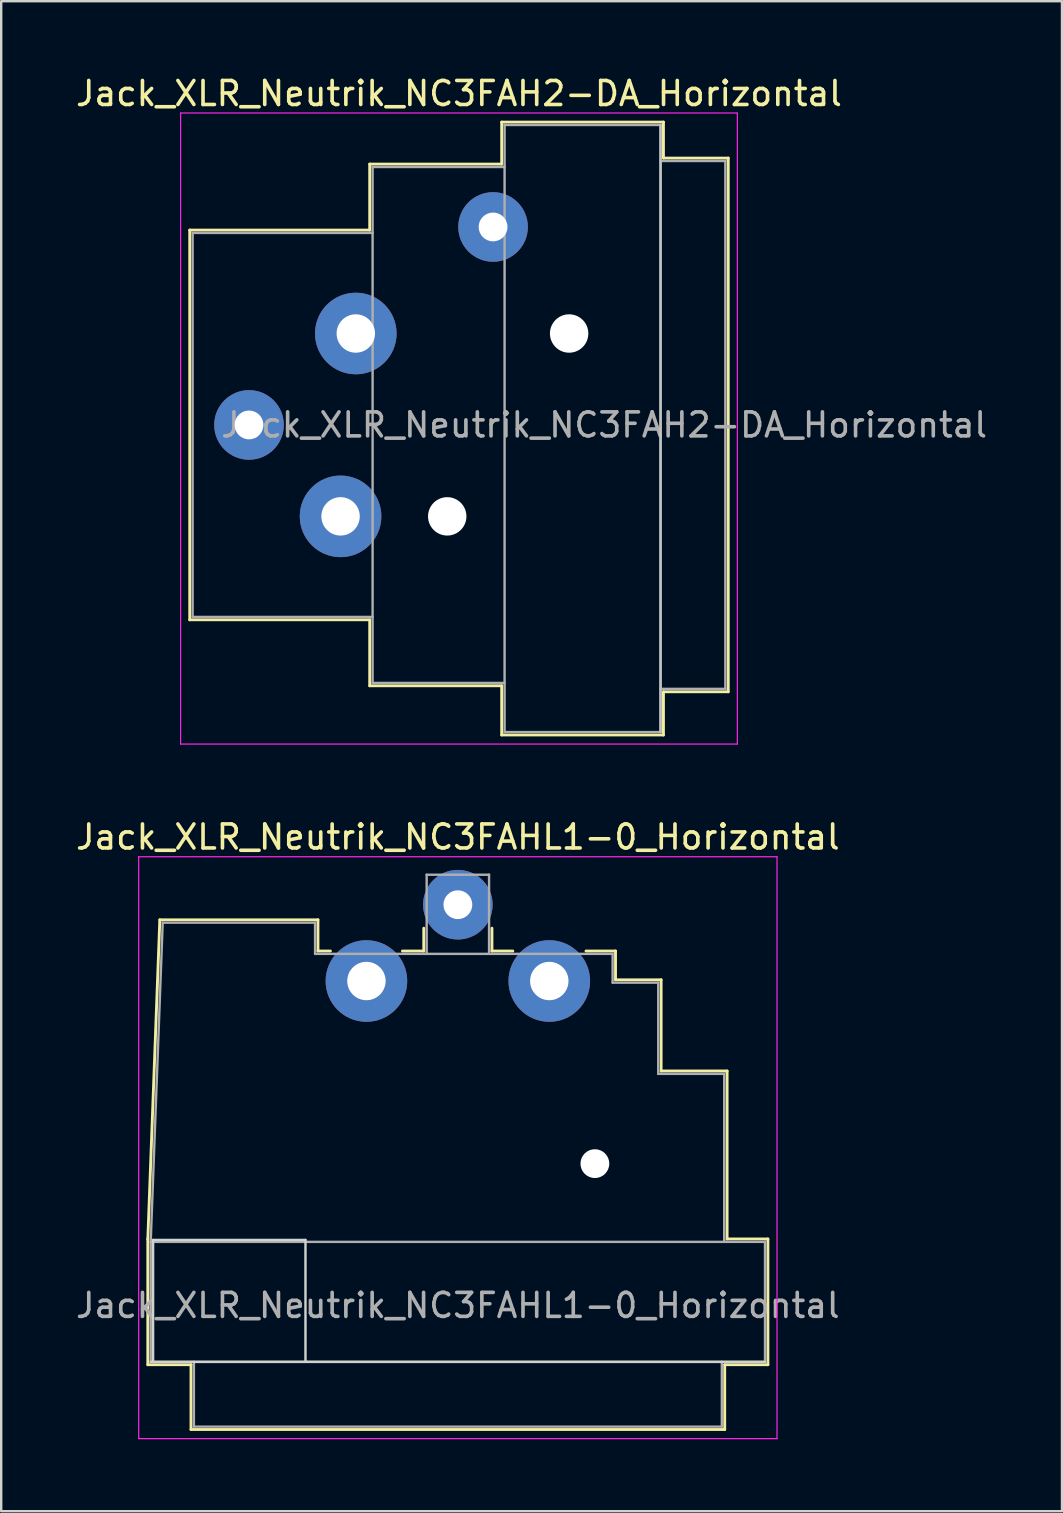
<source format=kicad_pcb>
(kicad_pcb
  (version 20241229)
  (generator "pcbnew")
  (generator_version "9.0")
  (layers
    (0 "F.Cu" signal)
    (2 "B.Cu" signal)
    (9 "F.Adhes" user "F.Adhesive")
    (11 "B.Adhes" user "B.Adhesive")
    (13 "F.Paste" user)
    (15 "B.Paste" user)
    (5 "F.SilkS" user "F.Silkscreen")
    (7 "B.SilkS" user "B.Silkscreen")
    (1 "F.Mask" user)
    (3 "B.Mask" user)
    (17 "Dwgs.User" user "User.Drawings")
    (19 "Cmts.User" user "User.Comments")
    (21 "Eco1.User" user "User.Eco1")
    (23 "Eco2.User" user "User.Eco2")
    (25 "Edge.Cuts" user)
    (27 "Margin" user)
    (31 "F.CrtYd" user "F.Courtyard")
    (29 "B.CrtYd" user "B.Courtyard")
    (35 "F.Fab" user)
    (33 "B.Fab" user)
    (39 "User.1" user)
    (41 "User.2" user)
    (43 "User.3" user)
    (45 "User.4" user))
  (footprint "Jack_XLR_Neutrik_NC3FAH2-DA_Horizontal"
    (layer "F.Cu")
    (at 11.777 10.848)
    (property "Reference" "Jack_XLR_Neutrik_NC3FAH2-DA_Horizontal" (at 4.3 -10 0) (layer "F.SilkS") (effects (font (size 1 1) (thickness 0.15))))
    (attr through_hole)
    (fp_line (start -6.92 -4.31) (end -6.92 11.93) (stroke (width 0.12) (type solid)) (layer "F.SilkS"))
    (fp_line (start 0.58 -7.06) (end 0.58 -4.31) (stroke (width 0.12) (type solid)) (layer "F.SilkS"))
    (fp_line (start 0.58 -4.31) (end -6.92 -4.31) (stroke (width 0.12) (type solid)) (layer "F.SilkS"))
    (fp_line (start 0.58 11.93) (end -6.92 11.93) (stroke (width 0.12) (type solid)) (layer "F.SilkS"))
    (fp_line (start 0.58 11.93) (end 0.58 14.68) (stroke (width 0.12) (type solid)) (layer "F.SilkS"))
    (fp_line (start 6.08 -7.06) (end 0.58 -7.06) (stroke (width 0.12) (type solid)) (layer "F.SilkS"))
    (fp_line (start 6.08 -7.06) (end 6.08 -8.81) (stroke (width 0.12) (type solid)) (layer "F.SilkS"))
    (fp_line (start 6.08 14.68) (end 0.58 14.68) (stroke (width 0.12) (type solid)) (layer "F.SilkS"))
    (fp_line (start 6.08 16.73) (end 6.08 14.68) (stroke (width 0.12) (type solid)) (layer "F.SilkS"))
    (fp_line (start 12.82 -8.81) (end 6.08 -8.81) (stroke (width 0.12) (type solid)) (layer "F.SilkS"))
    (fp_line (start 12.82 -8.81) (end 12.82 -7.31) (stroke (width 0.12) (type solid)) (layer "F.SilkS"))
    (fp_line (start 12.82 -7.31) (end 15.52 -7.31) (stroke (width 0.12) (type solid)) (layer "F.SilkS"))
    (fp_line (start 12.82 14.93) (end 12.82 16.73) (stroke (width 0.12) (type solid)) (layer "F.SilkS"))
    (fp_line (start 12.82 14.93) (end 15.52 14.93) (stroke (width 0.12) (type solid)) (layer "F.SilkS"))
    (fp_line (start 12.82 16.73) (end 6.08 16.73) (stroke (width 0.12) (type solid)) (layer "F.SilkS"))
    (fp_line (start 15.52 -7.31) (end 15.52 14.93) (stroke (width 0.12) (type solid)) (layer "F.SilkS"))
    (fp_line (start 12.7 -8.69) (end 12.7 16.61) (stroke (width 0.1) (type solid)) (layer "Dwgs.User"))
    (fp_line (start -7.3 -9.19) (end -7.3 17.11) (stroke (width 0.05) (type solid)) (layer "F.CrtYd"))
    (fp_line (start 15.9 -9.19) (end -7.3 -9.19) (stroke (width 0.05) (type solid)) (layer "F.CrtYd"))
    (fp_line (start 15.9 -9.19) (end 15.9 17.11) (stroke (width 0.05) (type solid)) (layer "F.CrtYd"))
    (fp_line (start 15.9 17.11) (end -7.3 17.11) (stroke (width 0.05) (type solid)) (layer "F.CrtYd"))
    (fp_line (start -6.8 -4.19) (end -6.8 11.81) (stroke (width 0.1) (type solid)) (layer "F.Fab"))
    (fp_line (start -6.8 11.81) (end 0.7 11.81) (stroke (width 0.1) (type solid)) (layer "F.Fab"))
    (fp_line (start 0.7 -6.94) (end 0.7 14.56) (stroke (width 0.1) (type solid)) (layer "F.Fab"))
    (fp_line (start 0.7 -4.19) (end -6.8 -4.19) (stroke (width 0.1) (type solid)) (layer "F.Fab"))
    (fp_line (start 0.7 14.56) (end 6.2 14.56) (stroke (width 0.1) (type solid)) (layer "F.Fab"))
    (fp_line (start 6.2 -8.69) (end 12.7 -8.69) (stroke (width 0.1) (type solid)) (layer "F.Fab"))
    (fp_line (start 6.2 -6.94) (end 0.7 -6.94) (stroke (width 0.1) (type solid)) (layer "F.Fab"))
    (fp_line (start 6.2 16.61) (end 6.2 -8.69) (stroke (width 0.1) (type solid)) (layer "F.Fab"))
    (fp_line (start 12.7 -8.69) (end 12.7 16.61) (stroke (width 0.1) (type solid)) (layer "F.Fab"))
    (fp_line (start 12.7 -7.19) (end 15.4 -7.19) (stroke (width 0.1) (type solid)) (layer "F.Fab"))
    (fp_line (start 12.7 16.61) (end 6.2 16.61) (stroke (width 0.1) (type solid)) (layer "F.Fab"))
    (fp_line (start 15.4 -7.19) (end 15.4 14.81) (stroke (width 0.1) (type solid)) (layer "F.Fab"))
    (fp_line (start 15.4 14.81) (end 12.7 14.81) (stroke (width 0.1) (type solid)) (layer "F.Fab"))
    (fp_text user "${REFERENCE}" (at 10.35 3.81 0) (layer "F.Fab") (effects (font (size 1 1) (thickness 0.15))))
    (pad "" np_thru_hole circle (at 3.81 7.62) (size 1.6 1.6) (drill 1.6) (layers "*.Cu" "*.Mask"))
    (pad "" np_thru_hole circle (at 8.89 0) (size 1.6 1.6) (drill 1.6) (layers "*.Cu" "*.Mask"))
    (pad "1" thru_hole circle (at 0 0) (size 3.4 3.4) (drill 1.6) (layers "*.Cu" "*.Mask"))
    (pad "2" thru_hole circle (at -0.635 7.62) (size 3.4 3.4) (drill 1.6) (layers "*.Cu" "*.Mask"))
    (pad "3" thru_hole circle (at -4.45 3.81) (size 2.9 2.9) (drill 1.2) (layers "*.Cu" "*.Mask"))
    (pad "G" thru_hole circle (at 5.72 -4.44) (size 2.9 2.9) (drill 1.2) (layers "*.Cu" "*.Mask")))
  (footprint "Jack_XLR_Neutrik_NC3FAHL1-0_Horizontal"
    (layer "F.Cu")
    (at 12.22 37.831)
    (property "Reference" "Jack_XLR_Neutrik_NC3FAHL1-0_Horizontal" (at 3.81 -6 0) (layer "F.SilkS") (effects (font (size 1 1) (thickness 0.15))))
    (attr through_hole)
    (fp_line (start -9.11 10.75) (end -8.61 -2.55) (stroke (width 0.12) (type solid)) (layer "F.SilkS"))
    (fp_line (start -9.11 15.99) (end -9.11 10.75) (stroke (width 0.12) (type solid)) (layer "F.SilkS"))
    (fp_line (start -8.61 -2.55) (end -2.02 -2.55) (stroke (width 0.12) (type solid)) (layer "F.SilkS"))
    (fp_line (start -7.31 15.99) (end -9.11 15.99) (stroke (width 0.12) (type solid)) (layer "F.SilkS"))
    (fp_line (start -7.31 15.99) (end -7.31 18.69) (stroke (width 0.12) (type solid)) (layer "F.SilkS"))
    (fp_line (start -2.02 -2.55) (end -2.02 -1.25) (stroke (width 0.12) (type solid)) (layer "F.SilkS"))
    (fp_line (start -2.02 -1.25) (end -1.5 -1.25) (stroke (width 0.12) (type solid)) (layer "F.SilkS"))
    (fp_line (start 1.5 -1.25) (end 2.39 -1.25) (stroke (width 0.12) (type solid)) (layer "F.SilkS"))
    (fp_line (start 2.39 -1.25) (end 2.39 -2.2) (stroke (width 0.12) (type solid)) (layer "F.SilkS"))
    (fp_line (start 5.23 -1.25) (end 5.23 -2.2) (stroke (width 0.12) (type solid)) (layer "F.SilkS"))
    (fp_line (start 5.23 -1.25) (end 6.1 -1.25) (stroke (width 0.12) (type solid)) (layer "F.SilkS"))
    (fp_line (start 9.15 -1.25) (end 10.38 -1.25) (stroke (width 0.12) (type solid)) (layer "F.SilkS"))
    (fp_line (start 10.38 -0.05) (end 10.38 -1.25) (stroke (width 0.12) (type solid)) (layer "F.SilkS"))
    (fp_line (start 10.38 -0.05) (end 12.28 -0.05) (stroke (width 0.12) (type solid)) (layer "F.SilkS"))
    (fp_line (start 12.28 3.75) (end 12.28 -0.05) (stroke (width 0.12) (type solid)) (layer "F.SilkS"))
    (fp_line (start 12.28 3.75) (end 15.03 3.75) (stroke (width 0.12) (type solid)) (layer "F.SilkS"))
    (fp_line (start 14.93 15.99) (end 14.93 18.69) (stroke (width 0.12) (type solid)) (layer "F.SilkS"))
    (fp_line (start 14.93 18.69) (end -7.31 18.69) (stroke (width 0.12) (type solid)) (layer "F.SilkS"))
    (fp_line (start 15.03 10.75) (end 15.03 3.75) (stroke (width 0.12) (type solid)) (layer "F.SilkS"))
    (fp_line (start 15.03 10.75) (end 16.73 10.75) (stroke (width 0.12) (type solid)) (layer "F.SilkS"))
    (fp_line (start 16.73 15.99) (end 14.93 15.99) (stroke (width 0.12) (type solid)) (layer "F.SilkS"))
    (fp_line (start 16.73 15.99) (end 16.73 10.75) (stroke (width 0.12) (type solid)) (layer "F.SilkS"))
    (fp_line (start -8.89 10.79) (end -8.89 15.87) (stroke (width 0.1) (type solid)) (layer "Edge.Cuts"))
    (fp_line (start -2.54 10.79) (end -8.89 10.79) (stroke (width 0.1) (type solid)) (layer "Edge.Cuts"))
    (fp_line (start -2.54 15.87) (end -2.54 10.79) (stroke (width 0.1) (type solid)) (layer "Edge.Cuts"))
    (fp_line (start 16.61 15.87) (end -8.99 15.87) (stroke (width 0.1) (type solid)) (layer "Edge.Cuts"))
    (fp_line (start -9.49 19.07) (end -9.49 -5.18) (stroke (width 0.05) (type solid)) (layer "F.CrtYd"))
    (fp_line (start 17.11 -5.18) (end -9.49 -5.18) (stroke (width 0.05) (type solid)) (layer "F.CrtYd"))
    (fp_line (start 17.11 19.07) (end -9.49 19.07) (stroke (width 0.05) (type solid)) (layer "F.CrtYd"))
    (fp_line (start 17.11 19.07) (end 17.11 -5.18) (stroke (width 0.05) (type solid)) (layer "F.CrtYd"))
    (fp_line (start -8.99 10.87) (end 16.61 10.87) (stroke (width 0.1) (type solid)) (layer "F.Fab"))
    (fp_line (start -8.99 15.87) (end -8.99 10.87) (stroke (width 0.1) (type solid)) (layer "F.Fab"))
    (fp_line (start -8.49 -2.43) (end -8.99 10.87) (stroke (width 0.1) (type solid)) (layer "F.Fab"))
    (fp_line (start -8.49 -2.43) (end -2.14 -2.43) (stroke (width 0.1) (type solid)) (layer "F.Fab"))
    (fp_line (start -7.19 18.57) (end -7.19 15.87) (stroke (width 0.1) (type solid)) (layer "F.Fab"))
    (fp_line (start -2.14 -1.13) (end -2.14 -2.43) (stroke (width 0.1) (type solid)) (layer "F.Fab"))
    (fp_line (start -2.14 -1.13) (end 10.26 -1.13) (stroke (width 0.1) (type solid)) (layer "F.Fab"))
    (fp_line (start 2.51 -4.43) (end 2.51 -1.13) (stroke (width 0.1) (type solid)) (layer "F.Fab"))
    (fp_line (start 2.51 -4.43) (end 5.11 -4.43) (stroke (width 0.1) (type solid)) (layer "F.Fab"))
    (fp_line (start 5.11 -4.43) (end 5.11 -1.13) (stroke (width 0.1) (type solid)) (layer "F.Fab"))
    (fp_line (start 10.26 -1.13) (end 10.26 0.07) (stroke (width 0.1) (type solid)) (layer "F.Fab"))
    (fp_line (start 10.26 0.07) (end 12.16 0.07) (stroke (width 0.1) (type solid)) (layer "F.Fab"))
    (fp_line (start 12.16 0.07) (end 12.16 3.87) (stroke (width 0.1) (type solid)) (layer "F.Fab"))
    (fp_line (start 12.16 3.87) (end 14.91 3.87) (stroke (width 0.1) (type solid)) (layer "F.Fab"))
    (fp_line (start 14.81 15.87) (end 14.81 18.57) (stroke (width 0.1) (type solid)) (layer "F.Fab"))
    (fp_line (start 14.81 18.57) (end -7.19 18.57) (stroke (width 0.1) (type solid)) (layer "F.Fab"))
    (fp_line (start 14.91 3.87) (end 14.91 10.87) (stroke (width 0.1) (type solid)) (layer "F.Fab"))
    (fp_line (start 16.61 10.87) (end 16.61 15.87) (stroke (width 0.1) (type solid)) (layer "F.Fab"))
    (fp_line (start 16.61 15.87) (end -8.99 15.87) (stroke (width 0.1) (type solid)) (layer "F.Fab"))
    (fp_text user "${REFERENCE}" (at 3.81 13.52 0) (layer "F.Fab") (effects (font (size 1 1) (thickness 0.15))))
    (pad "" np_thru_hole circle (at 9.52 7.61) (size 1.2 1.2) (drill 1.2) (layers "*.Cu" "*.Mask"))
    (pad "1" thru_hole circle (at 0 0) (size 3.4 3.4) (drill 1.6) (layers "*.Cu" "*.Mask"))
    (pad "2" thru_hole circle (at 3.81 -3.18) (size 2.9 2.9) (drill 1.2) (layers "*.Cu" "*.Mask"))
    (pad "3" thru_hole circle (at 7.62 0) (size 3.4 3.4) (drill 1.6) (layers "*.Cu" "*.Mask")))
  (gr_rect
    (start -3 -3)
    (end 41.205 59.926)
    (stroke (width 0.1) (type default))
    (fill no)
    (layer "Edge.Cuts")))
</source>
